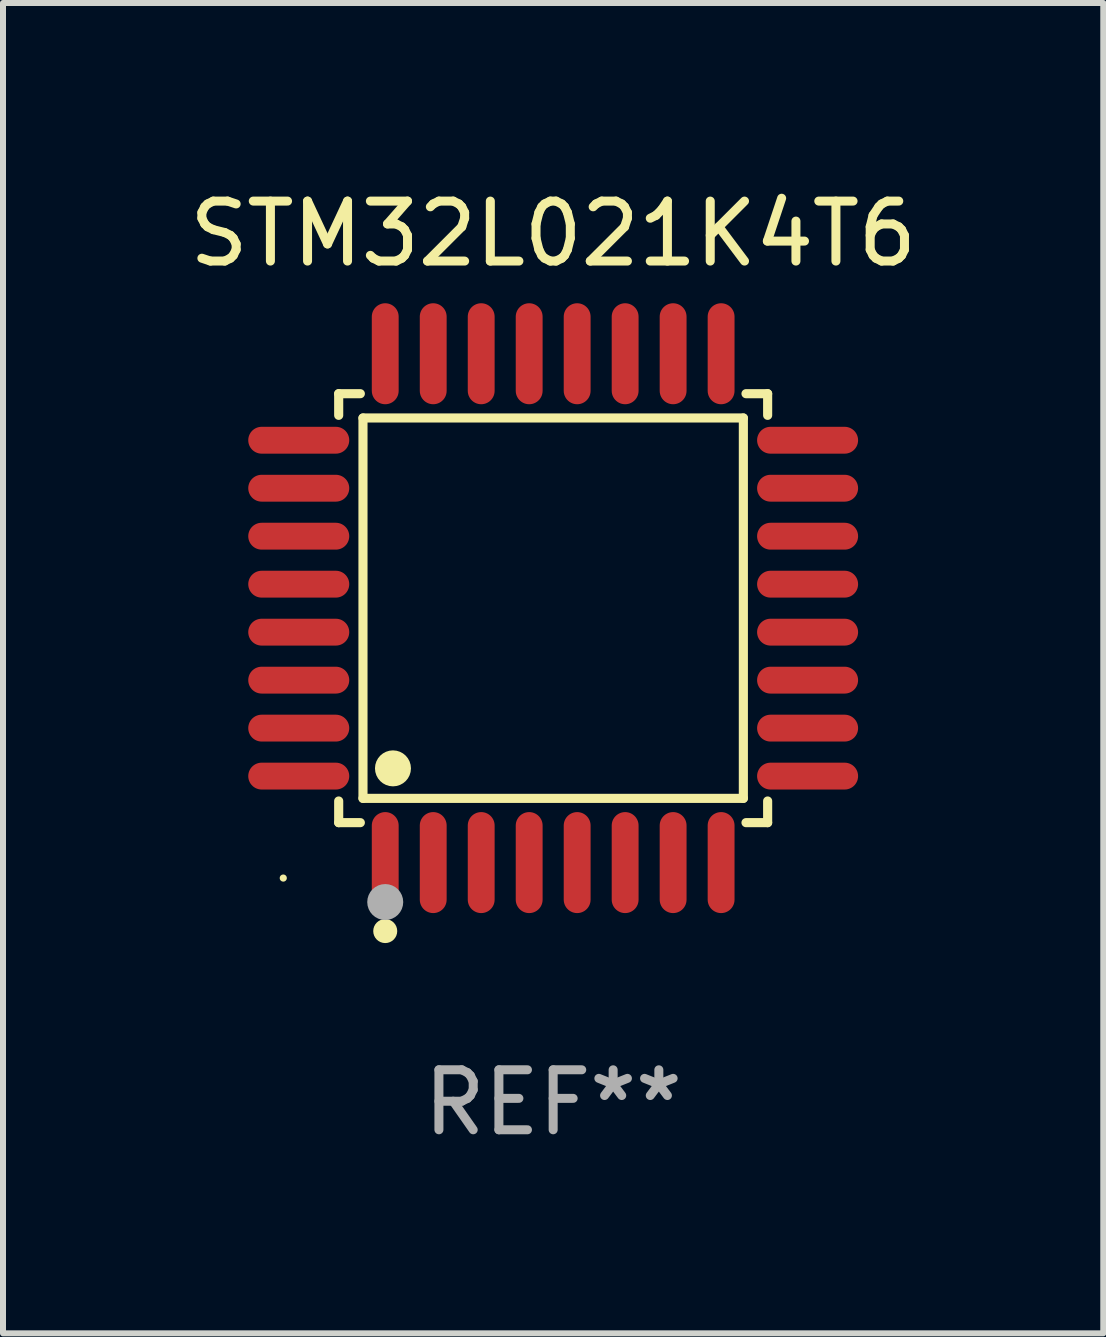
<source format=kicad_pcb>
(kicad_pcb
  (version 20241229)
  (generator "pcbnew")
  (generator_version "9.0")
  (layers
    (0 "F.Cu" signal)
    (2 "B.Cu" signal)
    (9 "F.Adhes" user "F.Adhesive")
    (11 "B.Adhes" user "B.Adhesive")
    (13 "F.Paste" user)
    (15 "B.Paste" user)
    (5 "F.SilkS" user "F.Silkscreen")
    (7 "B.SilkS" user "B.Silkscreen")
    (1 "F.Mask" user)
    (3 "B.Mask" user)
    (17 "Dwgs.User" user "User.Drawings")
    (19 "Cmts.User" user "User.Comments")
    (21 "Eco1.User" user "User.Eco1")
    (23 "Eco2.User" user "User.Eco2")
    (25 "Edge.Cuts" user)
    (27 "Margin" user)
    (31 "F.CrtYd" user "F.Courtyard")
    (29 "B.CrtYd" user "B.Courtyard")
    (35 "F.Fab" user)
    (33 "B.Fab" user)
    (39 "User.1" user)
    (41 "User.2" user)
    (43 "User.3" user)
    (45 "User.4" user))
  (footprint "STM32L021K4T6"
    (layer "F.Cu")
    (at 6.173 7.09)
    (property "Reference" "STM32L021K4T6" (at 0 -6.242 0) (layer "F.SilkS") (effects (font (size 1 1) (thickness 0.15))))
    (attr through_hole)
    (fp_line (start -3.576 -3.576) (end -3.215 -3.576) (stroke (width 0.152) (type solid)) (layer "F.SilkS"))
    (fp_line (start -3.576 -3.215) (end -3.576 -3.576) (stroke (width 0.152) (type solid)) (layer "F.SilkS"))
    (fp_line (start -3.576 3.215) (end -3.576 3.576) (stroke (width 0.152) (type solid)) (layer "F.SilkS"))
    (fp_line (start -3.576 3.576) (end -3.215 3.576) (stroke (width 0.152) (type solid)) (layer "F.SilkS"))
    (fp_line (start -3.171 -3.171) (end 3.171 -3.171) (stroke (width 0.152) (type solid)) (layer "F.SilkS"))
    (fp_line (start -3.171 3.171) (end -3.171 -3.171) (stroke (width 0.152) (type solid)) (layer "F.SilkS"))
    (fp_line (start 3.171 -3.171) (end 3.171 3.171) (stroke (width 0.152) (type solid)) (layer "F.SilkS"))
    (fp_line (start 3.171 3.171) (end -3.171 3.171) (stroke (width 0.152) (type solid)) (layer "F.SilkS"))
    (fp_line (start 3.576 -3.576) (end 3.215 -3.576) (stroke (width 0.152) (type solid)) (layer "F.SilkS"))
    (fp_line (start 3.576 -3.215) (end 3.576 -3.576) (stroke (width 0.152) (type solid)) (layer "F.SilkS"))
    (fp_line (start 3.576 3.215) (end 3.576 3.576) (stroke (width 0.152) (type solid)) (layer "F.SilkS"))
    (fp_line (start 3.576 3.576) (end 3.215 3.576) (stroke (width 0.152) (type solid)) (layer "F.SilkS"))
    (fp_circle (center -4.5 4.5) (end -4.47 4.5) (stroke (width 0.06) (type solid)) (fill no) (layer "F.SilkS"))
    (fp_circle (center -2.8 5.384) (end -2.7 5.384) (stroke (width 0.2) (type solid)) (fill no) (layer "F.SilkS"))
    (fp_circle (center -2.671 2.671) (end -2.521 2.671) (stroke (width 0.3) (type solid)) (fill no) (layer "F.SilkS"))
    (fp_circle (center -2.8 4.9) (end -2.65 4.9) (stroke (width 0.3) (type solid)) (fill no) (layer "F.Fab"))
    (fp_text user "REF**" (at 0 8.242 0) (layer "F.Fab") (effects (font (size 1 1) (thickness 0.15))))
    (pad "1" smd oval (at -2.8 4.242) (size 0.448 1.684) (layers "F.Cu" "F.Mask" "F.Paste"))
    (pad "2" smd oval (at -2 4.242) (size 0.448 1.684) (layers "F.Cu" "F.Mask" "F.Paste"))
    (pad "3" smd oval (at -1.2 4.242) (size 0.448 1.684) (layers "F.Cu" "F.Mask" "F.Paste"))
    (pad "4" smd oval (at -0.4 4.242) (size 0.448 1.684) (layers "F.Cu" "F.Mask" "F.Paste"))
    (pad "5" smd oval (at 0.4 4.242) (size 0.448 1.684) (layers "F.Cu" "F.Mask" "F.Paste"))
    (pad "6" smd oval (at 1.2 4.242) (size 0.448 1.684) (layers "F.Cu" "F.Mask" "F.Paste"))
    (pad "7" smd oval (at 2 4.242) (size 0.448 1.684) (layers "F.Cu" "F.Mask" "F.Paste"))
    (pad "8" smd oval (at 2.8 4.242) (size 0.448 1.684) (layers "F.Cu" "F.Mask" "F.Paste"))
    (pad "9" smd oval (at 4.242 2.8) (size 1.684 0.448) (layers "F.Cu" "F.Mask" "F.Paste"))
    (pad "10" smd oval (at 4.242 2) (size 1.684 0.448) (layers "F.Cu" "F.Mask" "F.Paste"))
    (pad "11" smd oval (at 4.242 1.2) (size 1.684 0.448) (layers "F.Cu" "F.Mask" "F.Paste"))
    (pad "12" smd oval (at 4.242 0.4) (size 1.684 0.448) (layers "F.Cu" "F.Mask" "F.Paste"))
    (pad "13" smd oval (at 4.242 -0.4) (size 1.684 0.448) (layers "F.Cu" "F.Mask" "F.Paste"))
    (pad "14" smd oval (at 4.242 -1.2) (size 1.684 0.448) (layers "F.Cu" "F.Mask" "F.Paste"))
    (pad "15" smd oval (at 4.242 -2) (size 1.684 0.448) (layers "F.Cu" "F.Mask" "F.Paste"))
    (pad "16" smd oval (at 4.242 -2.8) (size 1.684 0.448) (layers "F.Cu" "F.Mask" "F.Paste"))
    (pad "17" smd oval (at 2.8 -4.242) (size 0.448 1.684) (layers "F.Cu" "F.Mask" "F.Paste"))
    (pad "18" smd oval (at 2 -4.242) (size 0.448 1.684) (layers "F.Cu" "F.Mask" "F.Paste"))
    (pad "19" smd oval (at 1.2 -4.242) (size 0.448 1.684) (layers "F.Cu" "F.Mask" "F.Paste"))
    (pad "20" smd oval (at 0.4 -4.242) (size 0.448 1.684) (layers "F.Cu" "F.Mask" "F.Paste"))
    (pad "21" smd oval (at -0.4 -4.242) (size 0.448 1.684) (layers "F.Cu" "F.Mask" "F.Paste"))
    (pad "22" smd oval (at -1.2 -4.242) (size 0.448 1.684) (layers "F.Cu" "F.Mask" "F.Paste"))
    (pad "23" smd oval (at -2 -4.242) (size 0.448 1.684) (layers "F.Cu" "F.Mask" "F.Paste"))
    (pad "24" smd oval (at -2.8 -4.242) (size 0.448 1.684) (layers "F.Cu" "F.Mask" "F.Paste"))
    (pad "25" smd oval (at -4.242 -2.8) (size 1.684 0.448) (layers "F.Cu" "F.Mask" "F.Paste"))
    (pad "26" smd oval (at -4.242 -2) (size 1.684 0.448) (layers "F.Cu" "F.Mask" "F.Paste"))
    (pad "27" smd oval (at -4.242 -1.2) (size 1.684 0.448) (layers "F.Cu" "F.Mask" "F.Paste"))
    (pad "28" smd oval (at -4.242 -0.4) (size 1.684 0.448) (layers "F.Cu" "F.Mask" "F.Paste"))
    (pad "29" smd oval (at -4.242 0.4) (size 1.684 0.448) (layers "F.Cu" "F.Mask" "F.Paste"))
    (pad "30" smd oval (at -4.242 1.2) (size 1.684 0.448) (layers "F.Cu" "F.Mask" "F.Paste"))
    (pad "31" smd oval (at -4.242 2) (size 1.684 0.448) (layers "F.Cu" "F.Mask" "F.Paste"))
    (pad "32" smd oval (at -4.242 2.8) (size 1.684 0.448) (layers "F.Cu" "F.Mask" "F.Paste")))
  (gr_rect
    (start -3 -3)
    (end 15.345 19.181)
    (stroke (width 0.1) (type default))
    (fill no)
    (layer "Edge.Cuts")))
</source>
